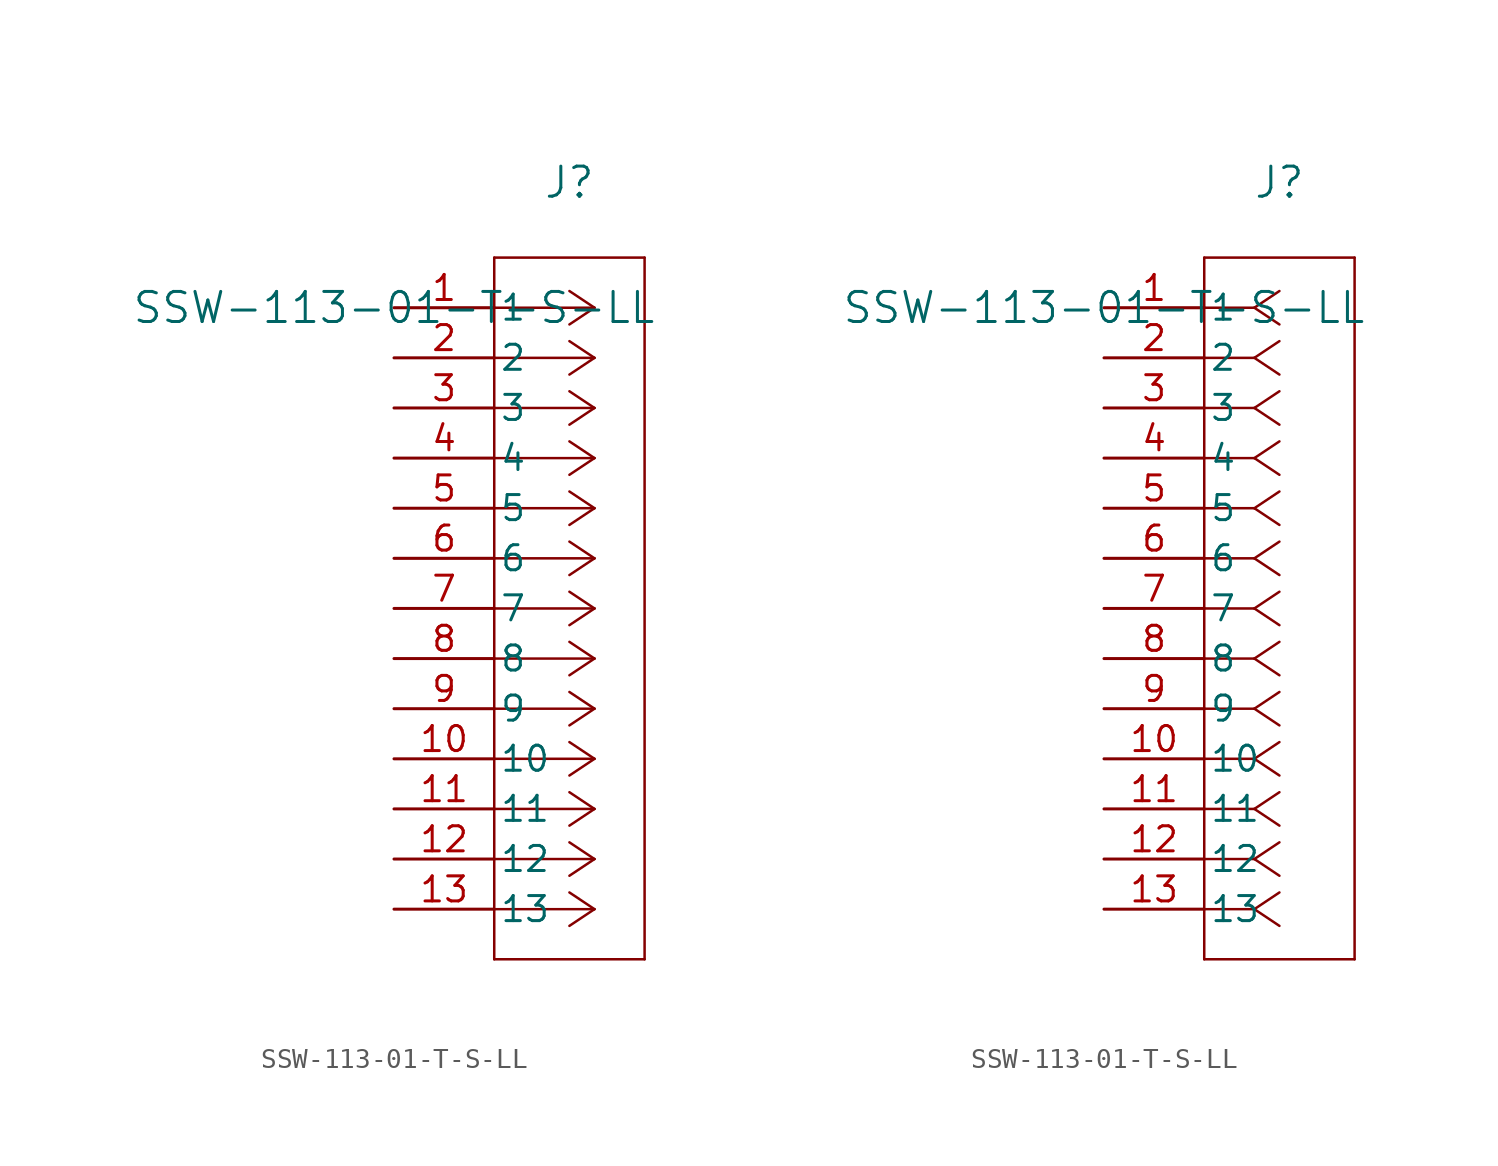
<source format=kicad_sym>
(kicad_symbol_lib
  (version 20211014)
  (generator kicad_symbol_editor)
  (symbol "SSW-113-01-T-S-LL"
    (pin_names
      (offset 0.254))
    (property "Reference" "J"
      (at 8.89 6.35 0)
      (effects (font (size 1.524 1.524))))
    (property "Value" "SSW-113-01-T-S-LL"
      (at 0 0 0)
      (effects (font (size 1.524 1.524))))
    (symbol "SSW-113-01-T-S-LL_1_1"
      (polyline (pts (xy 10.16 0) (xy 5.08 0)) (stroke (width 0.127) (type default) (color 0 0 0 0)) (fill (type none)))
      (polyline (pts (xy 10.16 -2.54) (xy 5.08 -2.54)) (stroke (width 0.127) (type default) (color 0 0 0 0)) (fill (type none)))
      (polyline (pts (xy 10.16 -5.08) (xy 5.08 -5.08)) (stroke (width 0.127) (type default) (color 0 0 0 0)) (fill (type none)))
      (polyline (pts (xy 10.16 -7.62) (xy 5.08 -7.62)) (stroke (width 0.127) (type default) (color 0 0 0 0)) (fill (type none)))
      (polyline (pts (xy 10.16 -10.16) (xy 5.08 -10.16)) (stroke (width 0.127) (type default) (color 0 0 0 0)) (fill (type none)))
      (polyline (pts (xy 10.16 -12.7) (xy 5.08 -12.7)) (stroke (width 0.127) (type default) (color 0 0 0 0)) (fill (type none)))
      (polyline (pts (xy 10.16 -15.24) (xy 5.08 -15.24)) (stroke (width 0.127) (type default) (color 0 0 0 0)) (fill (type none)))
      (polyline (pts (xy 10.16 -17.78) (xy 5.08 -17.78)) (stroke (width 0.127) (type default) (color 0 0 0 0)) (fill (type none)))
      (polyline (pts (xy 10.16 -20.32) (xy 5.08 -20.32)) (stroke (width 0.127) (type default) (color 0 0 0 0)) (fill (type none)))
      (polyline (pts (xy 10.16 -22.86) (xy 5.08 -22.86)) (stroke (width 0.127) (type default) (color 0 0 0 0)) (fill (type none)))
      (polyline (pts (xy 10.16 -25.4) (xy 5.08 -25.4)) (stroke (width 0.127) (type default) (color 0 0 0 0)) (fill (type none)))
      (polyline (pts (xy 10.16 -27.94) (xy 5.08 -27.94)) (stroke (width 0.127) (type default) (color 0 0 0 0)) (fill (type none)))
      (polyline (pts (xy 10.16 -30.48) (xy 5.08 -30.48)) (stroke (width 0.127) (type default) (color 0 0 0 0)) (fill (type none)))
      (polyline (pts (xy 10.16 0) (xy 8.89 0.847)) (stroke (width 0.127) (type default) (color 0 0 0 0)) (fill (type none)))
      (polyline (pts (xy 10.16 -2.54) (xy 8.89 -1.693)) (stroke (width 0.127) (type default) (color 0 0 0 0)) (fill (type none)))
      (polyline (pts (xy 10.16 -5.08) (xy 8.89 -4.233)) (stroke (width 0.127) (type default) (color 0 0 0 0)) (fill (type none)))
      (polyline (pts (xy 10.16 -7.62) (xy 8.89 -6.773)) (stroke (width 0.127) (type default) (color 0 0 0 0)) (fill (type none)))
      (polyline (pts (xy 10.16 -10.16) (xy 8.89 -9.313)) (stroke (width 0.127) (type default) (color 0 0 0 0)) (fill (type none)))
      (polyline (pts (xy 10.16 -12.7) (xy 8.89 -11.853)) (stroke (width 0.127) (type default) (color 0 0 0 0)) (fill (type none)))
      (polyline (pts (xy 10.16 -15.24) (xy 8.89 -14.393)) (stroke (width 0.127) (type default) (color 0 0 0 0)) (fill (type none)))
      (polyline (pts (xy 10.16 -17.78) (xy 8.89 -16.933)) (stroke (width 0.127) (type default) (color 0 0 0 0)) (fill (type none)))
      (polyline (pts (xy 10.16 -20.32) (xy 8.89 -19.473)) (stroke (width 0.127) (type default) (color 0 0 0 0)) (fill (type none)))
      (polyline (pts (xy 10.16 -22.86) (xy 8.89 -22.013)) (stroke (width 0.127) (type default) (color 0 0 0 0)) (fill (type none)))
      (polyline (pts (xy 10.16 -25.4) (xy 8.89 -24.553)) (stroke (width 0.127) (type default) (color 0 0 0 0)) (fill (type none)))
      (polyline (pts (xy 10.16 -27.94) (xy 8.89 -27.093)) (stroke (width 0.127) (type default) (color 0 0 0 0)) (fill (type none)))
      (polyline (pts (xy 10.16 -30.48) (xy 8.89 -29.633)) (stroke (width 0.127) (type default) (color 0 0 0 0)) (fill (type none)))
      (polyline (pts (xy 10.16 0) (xy 8.89 -0.847)) (stroke (width 0.127) (type default) (color 0 0 0 0)) (fill (type none)))
      (polyline (pts (xy 10.16 -2.54) (xy 8.89 -3.387)) (stroke (width 0.127) (type default) (color 0 0 0 0)) (fill (type none)))
      (polyline (pts (xy 10.16 -5.08) (xy 8.89 -5.927)) (stroke (width 0.127) (type default) (color 0 0 0 0)) (fill (type none)))
      (polyline (pts (xy 10.16 -7.62) (xy 8.89 -8.467)) (stroke (width 0.127) (type default) (color 0 0 0 0)) (fill (type none)))
      (polyline (pts (xy 10.16 -10.16) (xy 8.89 -11.007)) (stroke (width 0.127) (type default) (color 0 0 0 0)) (fill (type none)))
      (polyline (pts (xy 10.16 -12.7) (xy 8.89 -13.547)) (stroke (width 0.127) (type default) (color 0 0 0 0)) (fill (type none)))
      (polyline (pts (xy 10.16 -15.24) (xy 8.89 -16.087)) (stroke (width 0.127) (type default) (color 0 0 0 0)) (fill (type none)))
      (polyline (pts (xy 10.16 -17.78) (xy 8.89 -18.627)) (stroke (width 0.127) (type default) (color 0 0 0 0)) (fill (type none)))
      (polyline (pts (xy 10.16 -20.32) (xy 8.89 -21.167)) (stroke (width 0.127) (type default) (color 0 0 0 0)) (fill (type none)))
      (polyline (pts (xy 10.16 -22.86) (xy 8.89 -23.707)) (stroke (width 0.127) (type default) (color 0 0 0 0)) (fill (type none)))
      (polyline (pts (xy 10.16 -25.4) (xy 8.89 -26.247)) (stroke (width 0.127) (type default) (color 0 0 0 0)) (fill (type none)))
      (polyline (pts (xy 10.16 -27.94) (xy 8.89 -28.787)) (stroke (width 0.127) (type default) (color 0 0 0 0)) (fill (type none)))
      (polyline (pts (xy 10.16 -30.48) (xy 8.89 -31.327)) (stroke (width 0.127) (type default) (color 0 0 0 0)) (fill (type none)))
      (polyline (pts (xy 5.08 2.54) (xy 5.08 -33.02)) (stroke (width 0.127) (type default) (color 0 0 0 0)) (fill (type none)))
      (polyline (pts (xy 5.08 -33.02) (xy 12.7 -33.02)) (stroke (width 0.127) (type default) (color 0 0 0 0)) (fill (type none)))
      (polyline (pts (xy 12.7 -33.02) (xy 12.7 2.54)) (stroke (width 0.127) (type default) (color 0 0 0 0)) (fill (type none)))
      (polyline (pts (xy 12.7 2.54) (xy 5.08 2.54)) (stroke (width 0.127) (type default) (color 0 0 0 0)) (fill (type none)))
      (pin unspecified line (at 0 0 0) (length 5.08) (name "1" (effects (font (size 1.27 1.27)))) (number "1" (effects (font (size 1.27 1.27)))))
      (pin unspecified line (at 0 -2.54 0) (length 5.08) (name "2" (effects (font (size 1.27 1.27)))) (number "2" (effects (font (size 1.27 1.27)))))
      (pin unspecified line (at 0 -5.08 0) (length 5.08) (name "3" (effects (font (size 1.27 1.27)))) (number "3" (effects (font (size 1.27 1.27)))))
      (pin unspecified line (at 0 -7.62 0) (length 5.08) (name "4" (effects (font (size 1.27 1.27)))) (number "4" (effects (font (size 1.27 1.27)))))
      (pin unspecified line (at 0 -10.16 0) (length 5.08) (name "5" (effects (font (size 1.27 1.27)))) (number "5" (effects (font (size 1.27 1.27)))))
      (pin unspecified line (at 0 -12.7 0) (length 5.08) (name "6" (effects (font (size 1.27 1.27)))) (number "6" (effects (font (size 1.27 1.27)))))
      (pin unspecified line (at 0 -15.24 0) (length 5.08) (name "7" (effects (font (size 1.27 1.27)))) (number "7" (effects (font (size 1.27 1.27)))))
      (pin unspecified line (at 0 -17.78 0) (length 5.08) (name "8" (effects (font (size 1.27 1.27)))) (number "8" (effects (font (size 1.27 1.27)))))
      (pin unspecified line (at 0 -20.32 0) (length 5.08) (name "9" (effects (font (size 1.27 1.27)))) (number "9" (effects (font (size 1.27 1.27)))))
      (pin unspecified line (at 0 -22.86 0) (length 5.08) (name "10" (effects (font (size 1.27 1.27)))) (number "10" (effects (font (size 1.27 1.27)))))
      (pin unspecified line (at 0 -25.4 0) (length 5.08) (name "11" (effects (font (size 1.27 1.27)))) (number "11" (effects (font (size 1.27 1.27)))))
      (pin unspecified line (at 0 -27.94 0) (length 5.08) (name "12" (effects (font (size 1.27 1.27)))) (number "12" (effects (font (size 1.27 1.27)))))
      (pin unspecified line (at 0 -30.48 0) (length 5.08) (name "13" (effects (font (size 1.27 1.27)))) (number "13" (effects (font (size 1.27 1.27))))))
    (symbol "SSW-113-01-T-S-LL_1_2"
      (polyline (pts (xy 7.62 0) (xy 5.08 0)) (stroke (width 0.127) (type default) (color 0 0 0 0)) (fill (type none)))
      (polyline (pts (xy 7.62 -2.54) (xy 5.08 -2.54)) (stroke (width 0.127) (type default) (color 0 0 0 0)) (fill (type none)))
      (polyline (pts (xy 7.62 -5.08) (xy 5.08 -5.08)) (stroke (width 0.127) (type default) (color 0 0 0 0)) (fill (type none)))
      (polyline (pts (xy 7.62 -7.62) (xy 5.08 -7.62)) (stroke (width 0.127) (type default) (color 0 0 0 0)) (fill (type none)))
      (polyline (pts (xy 7.62 -10.16) (xy 5.08 -10.16)) (stroke (width 0.127) (type default) (color 0 0 0 0)) (fill (type none)))
      (polyline (pts (xy 7.62 -12.7) (xy 5.08 -12.7)) (stroke (width 0.127) (type default) (color 0 0 0 0)) (fill (type none)))
      (polyline (pts (xy 7.62 -15.24) (xy 5.08 -15.24)) (stroke (width 0.127) (type default) (color 0 0 0 0)) (fill (type none)))
      (polyline (pts (xy 7.62 -17.78) (xy 5.08 -17.78)) (stroke (width 0.127) (type default) (color 0 0 0 0)) (fill (type none)))
      (polyline (pts (xy 7.62 -20.32) (xy 5.08 -20.32)) (stroke (width 0.127) (type default) (color 0 0 0 0)) (fill (type none)))
      (polyline (pts (xy 7.62 -22.86) (xy 5.08 -22.86)) (stroke (width 0.127) (type default) (color 0 0 0 0)) (fill (type none)))
      (polyline (pts (xy 7.62 -25.4) (xy 5.08 -25.4)) (stroke (width 0.127) (type default) (color 0 0 0 0)) (fill (type none)))
      (polyline (pts (xy 7.62 -27.94) (xy 5.08 -27.94)) (stroke (width 0.127) (type default) (color 0 0 0 0)) (fill (type none)))
      (polyline (pts (xy 7.62 -30.48) (xy 5.08 -30.48)) (stroke (width 0.127) (type default) (color 0 0 0 0)) (fill (type none)))
      (polyline (pts (xy 7.62 0) (xy 8.89 0.847)) (stroke (width 0.127) (type default) (color 0 0 0 0)) (fill (type none)))
      (polyline (pts (xy 7.62 -2.54) (xy 8.89 -1.693)) (stroke (width 0.127) (type default) (color 0 0 0 0)) (fill (type none)))
      (polyline (pts (xy 7.62 -5.08) (xy 8.89 -4.233)) (stroke (width 0.127) (type default) (color 0 0 0 0)) (fill (type none)))
      (polyline (pts (xy 7.62 -7.62) (xy 8.89 -6.773)) (stroke (width 0.127) (type default) (color 0 0 0 0)) (fill (type none)))
      (polyline (pts (xy 7.62 -10.16) (xy 8.89 -9.313)) (stroke (width 0.127) (type default) (color 0 0 0 0)) (fill (type none)))
      (polyline (pts (xy 7.62 -12.7) (xy 8.89 -11.853)) (stroke (width 0.127) (type default) (color 0 0 0 0)) (fill (type none)))
      (polyline (pts (xy 7.62 -15.24) (xy 8.89 -14.393)) (stroke (width 0.127) (type default) (color 0 0 0 0)) (fill (type none)))
      (polyline (pts (xy 7.62 -17.78) (xy 8.89 -16.933)) (stroke (width 0.127) (type default) (color 0 0 0 0)) (fill (type none)))
      (polyline (pts (xy 7.62 -20.32) (xy 8.89 -19.473)) (stroke (width 0.127) (type default) (color 0 0 0 0)) (fill (type none)))
      (polyline (pts (xy 7.62 -22.86) (xy 8.89 -22.013)) (stroke (width 0.127) (type default) (color 0 0 0 0)) (fill (type none)))
      (polyline (pts (xy 7.62 -25.4) (xy 8.89 -24.553)) (stroke (width 0.127) (type default) (color 0 0 0 0)) (fill (type none)))
      (polyline (pts (xy 7.62 -27.94) (xy 8.89 -27.093)) (stroke (width 0.127) (type default) (color 0 0 0 0)) (fill (type none)))
      (polyline (pts (xy 7.62 -30.48) (xy 8.89 -29.633)) (stroke (width 0.127) (type default) (color 0 0 0 0)) (fill (type none)))
      (polyline (pts (xy 7.62 0) (xy 8.89 -0.847)) (stroke (width 0.127) (type default) (color 0 0 0 0)) (fill (type none)))
      (polyline (pts (xy 7.62 -2.54) (xy 8.89 -3.387)) (stroke (width 0.127) (type default) (color 0 0 0 0)) (fill (type none)))
      (polyline (pts (xy 7.62 -5.08) (xy 8.89 -5.927)) (stroke (width 0.127) (type default) (color 0 0 0 0)) (fill (type none)))
      (polyline (pts (xy 7.62 -7.62) (xy 8.89 -8.467)) (stroke (width 0.127) (type default) (color 0 0 0 0)) (fill (type none)))
      (polyline (pts (xy 7.62 -10.16) (xy 8.89 -11.007)) (stroke (width 0.127) (type default) (color 0 0 0 0)) (fill (type none)))
      (polyline (pts (xy 7.62 -12.7) (xy 8.89 -13.547)) (stroke (width 0.127) (type default) (color 0 0 0 0)) (fill (type none)))
      (polyline (pts (xy 7.62 -15.24) (xy 8.89 -16.087)) (stroke (width 0.127) (type default) (color 0 0 0 0)) (fill (type none)))
      (polyline (pts (xy 7.62 -17.78) (xy 8.89 -18.627)) (stroke (width 0.127) (type default) (color 0 0 0 0)) (fill (type none)))
      (polyline (pts (xy 7.62 -20.32) (xy 8.89 -21.167)) (stroke (width 0.127) (type default) (color 0 0 0 0)) (fill (type none)))
      (polyline (pts (xy 7.62 -22.86) (xy 8.89 -23.707)) (stroke (width 0.127) (type default) (color 0 0 0 0)) (fill (type none)))
      (polyline (pts (xy 7.62 -25.4) (xy 8.89 -26.247)) (stroke (width 0.127) (type default) (color 0 0 0 0)) (fill (type none)))
      (polyline (pts (xy 7.62 -27.94) (xy 8.89 -28.787)) (stroke (width 0.127) (type default) (color 0 0 0 0)) (fill (type none)))
      (polyline (pts (xy 7.62 -30.48) (xy 8.89 -31.327)) (stroke (width 0.127) (type default) (color 0 0 0 0)) (fill (type none)))
      (polyline (pts (xy 5.08 2.54) (xy 5.08 -33.02)) (stroke (width 0.127) (type default) (color 0 0 0 0)) (fill (type none)))
      (polyline (pts (xy 5.08 -33.02) (xy 12.7 -33.02)) (stroke (width 0.127) (type default) (color 0 0 0 0)) (fill (type none)))
      (polyline (pts (xy 12.7 -33.02) (xy 12.7 2.54)) (stroke (width 0.127) (type default) (color 0 0 0 0)) (fill (type none)))
      (polyline (pts (xy 12.7 2.54) (xy 5.08 2.54)) (stroke (width 0.127) (type default) (color 0 0 0 0)) (fill (type none)))
      (pin unspecified line (at 0 0 0) (length 5.08) (name "1" (effects (font (size 1.27 1.27)))) (number "1" (effects (font (size 1.27 1.27)))))
      (pin unspecified line (at 0 -2.54 0) (length 5.08) (name "2" (effects (font (size 1.27 1.27)))) (number "2" (effects (font (size 1.27 1.27)))))
      (pin unspecified line (at 0 -5.08 0) (length 5.08) (name "3" (effects (font (size 1.27 1.27)))) (number "3" (effects (font (size 1.27 1.27)))))
      (pin unspecified line (at 0 -7.62 0) (length 5.08) (name "4" (effects (font (size 1.27 1.27)))) (number "4" (effects (font (size 1.27 1.27)))))
      (pin unspecified line (at 0 -10.16 0) (length 5.08) (name "5" (effects (font (size 1.27 1.27)))) (number "5" (effects (font (size 1.27 1.27)))))
      (pin unspecified line (at 0 -12.7 0) (length 5.08) (name "6" (effects (font (size 1.27 1.27)))) (number "6" (effects (font (size 1.27 1.27)))))
      (pin unspecified line (at 0 -15.24 0) (length 5.08) (name "7" (effects (font (size 1.27 1.27)))) (number "7" (effects (font (size 1.27 1.27)))))
      (pin unspecified line (at 0 -17.78 0) (length 5.08) (name "8" (effects (font (size 1.27 1.27)))) (number "8" (effects (font (size 1.27 1.27)))))
      (pin unspecified line (at 0 -20.32 0) (length 5.08) (name "9" (effects (font (size 1.27 1.27)))) (number "9" (effects (font (size 1.27 1.27)))))
      (pin unspecified line (at 0 -22.86 0) (length 5.08) (name "10" (effects (font (size 1.27 1.27)))) (number "10" (effects (font (size 1.27 1.27)))))
      (pin unspecified line (at 0 -25.4 0) (length 5.08) (name "11" (effects (font (size 1.27 1.27)))) (number "11" (effects (font (size 1.27 1.27)))))
      (pin unspecified line (at 0 -27.94 0) (length 5.08) (name "12" (effects (font (size 1.27 1.27)))) (number "12" (effects (font (size 1.27 1.27)))))
      (pin unspecified line (at 0 -30.48 0) (length 5.08) (name "13" (effects (font (size 1.27 1.27)))) (number "13" (effects (font (size 1.27 1.27))))))))
</source>
